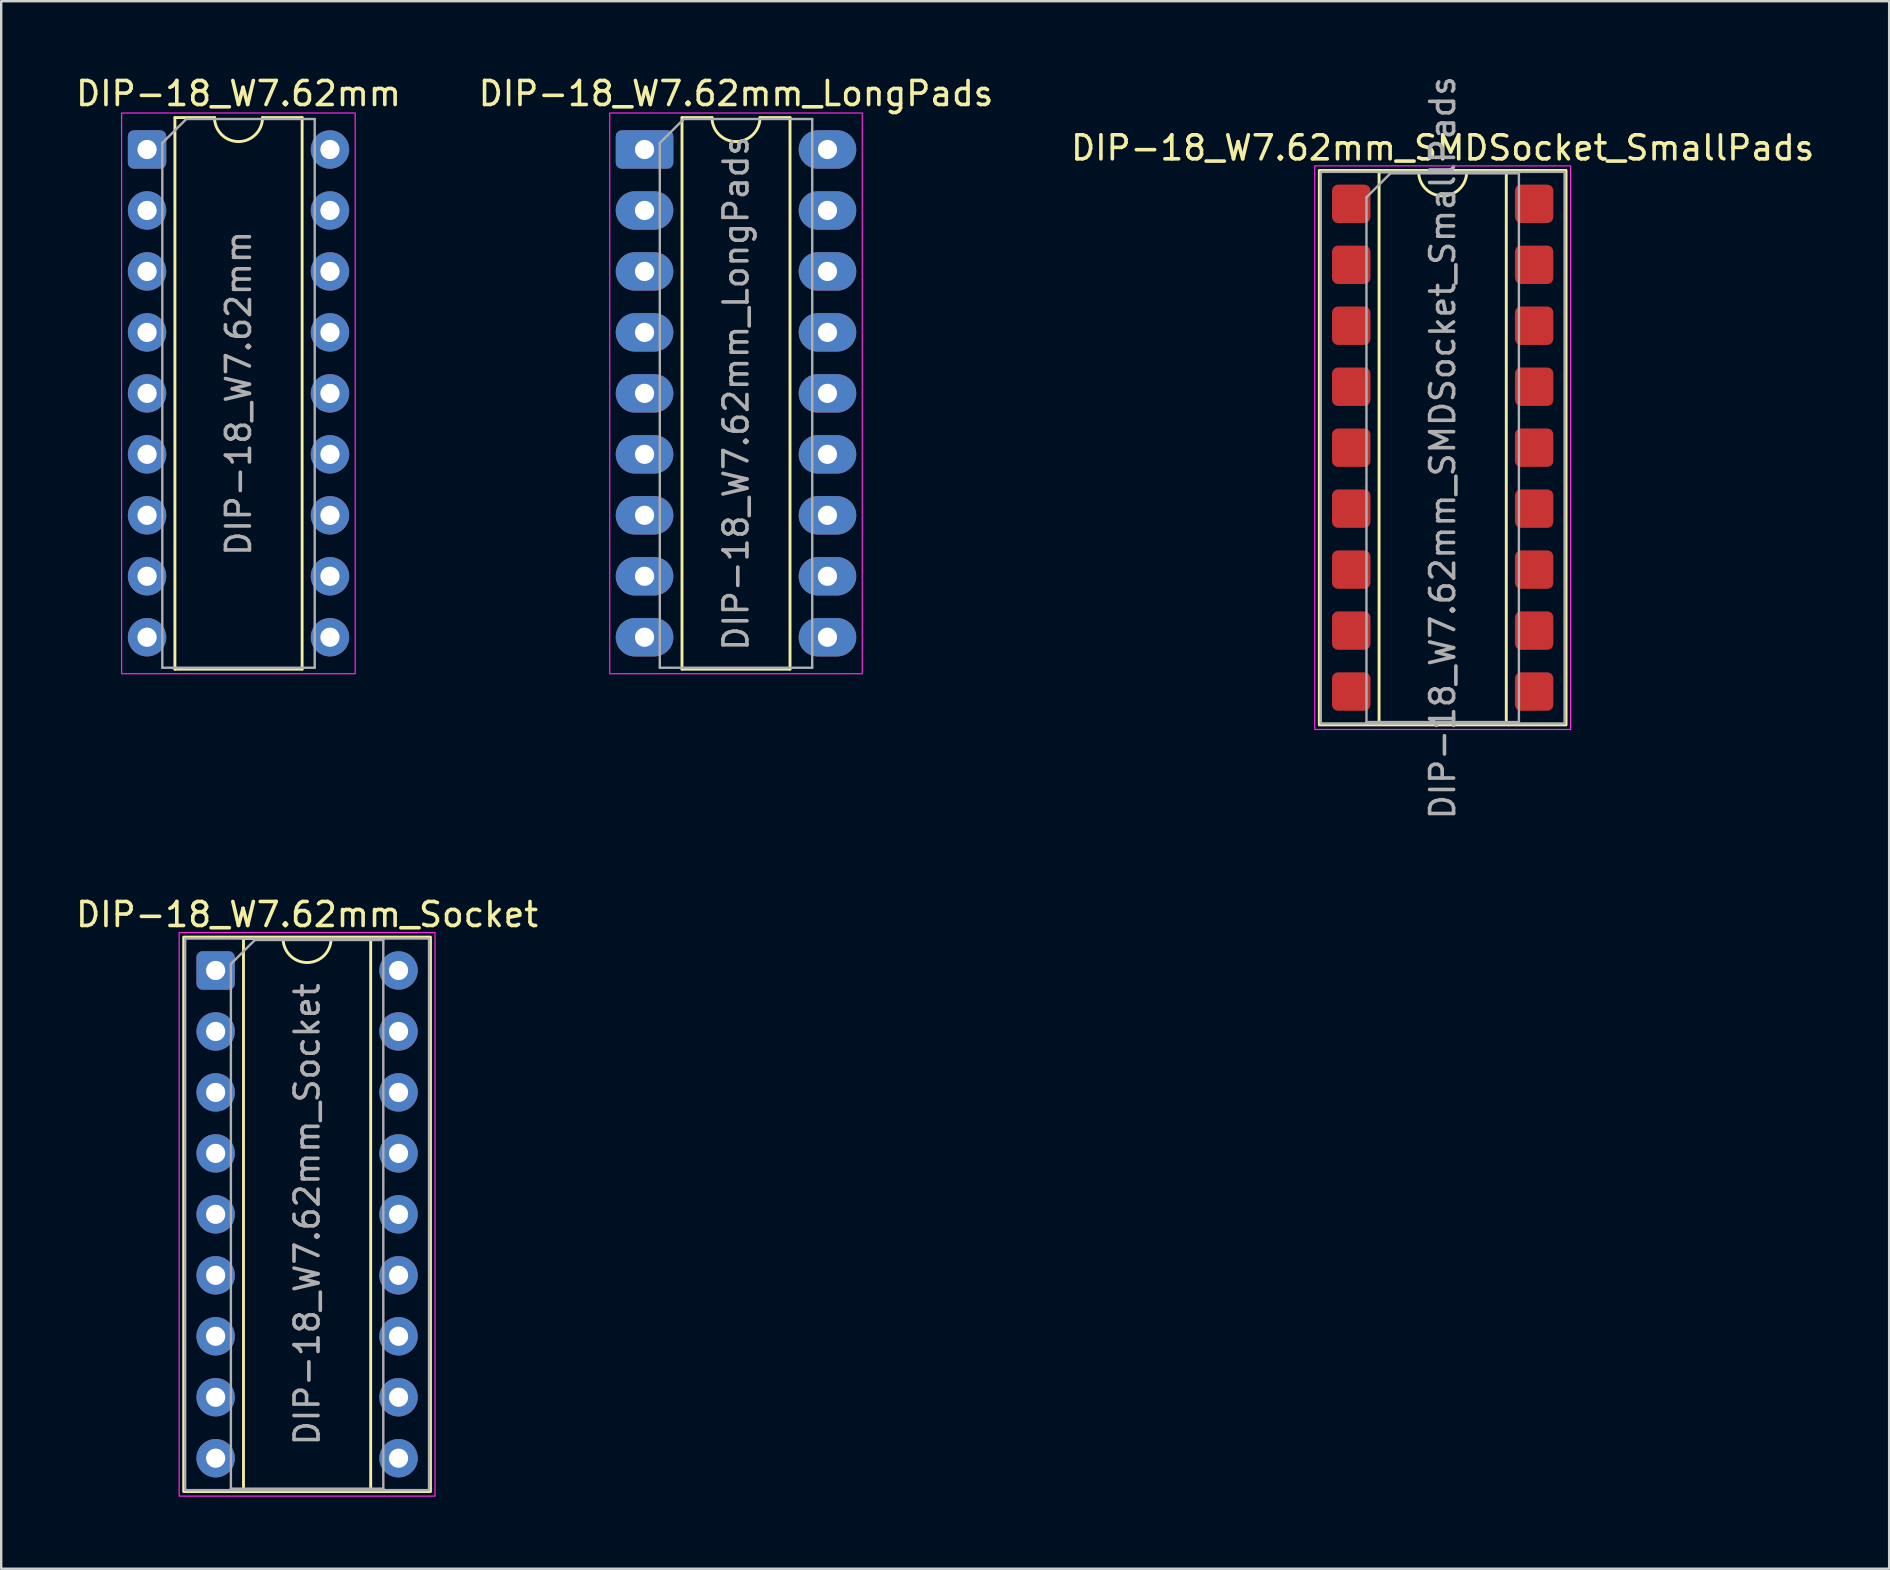
<source format=kicad_pcb>
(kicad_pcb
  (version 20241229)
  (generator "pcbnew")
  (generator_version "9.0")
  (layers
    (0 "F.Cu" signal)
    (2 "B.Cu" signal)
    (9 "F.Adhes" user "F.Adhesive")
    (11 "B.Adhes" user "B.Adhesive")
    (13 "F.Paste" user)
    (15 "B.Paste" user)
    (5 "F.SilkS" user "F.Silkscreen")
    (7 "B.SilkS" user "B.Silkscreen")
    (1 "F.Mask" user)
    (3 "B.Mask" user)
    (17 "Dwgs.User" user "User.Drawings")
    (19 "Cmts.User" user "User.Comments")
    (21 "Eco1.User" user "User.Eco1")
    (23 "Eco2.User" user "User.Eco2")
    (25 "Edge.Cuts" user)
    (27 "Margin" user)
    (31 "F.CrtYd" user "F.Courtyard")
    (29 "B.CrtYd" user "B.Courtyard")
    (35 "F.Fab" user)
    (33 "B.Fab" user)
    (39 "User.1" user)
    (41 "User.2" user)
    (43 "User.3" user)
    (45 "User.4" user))
  (footprint "DIP-18_W7.62mm_SMDSocket_SmallPads"
    (layer "F.Cu")
    (at 57.054 15.601)
    (property "Reference" "DIP-18_W7.62mm_SMDSocket_SmallPads" (at 0 -12.49 0) (layer "F.SilkS") (effects (font (size 1 1) (thickness 0.15))))
    (attr smd)
    (fp_line (start -2.65 -11.49) (end -2.65 11.49) (stroke (width 0.12) (type solid)) (layer "F.SilkS"))
    (fp_line (start -2.65 11.49) (end 2.65 11.49) (stroke (width 0.12) (type solid)) (layer "F.SilkS"))
    (fp_line (start -1 -11.49) (end -2.65 -11.49) (stroke (width 0.12) (type solid)) (layer "F.SilkS"))
    (fp_line (start 2.65 -11.49) (end 1 -11.49) (stroke (width 0.12) (type solid)) (layer "F.SilkS"))
    (fp_line (start 2.65 11.49) (end 2.65 -11.49) (stroke (width 0.12) (type solid)) (layer "F.SilkS"))
    (fp_rect (start -5.14 -11.55) (end 5.14 11.55) (stroke (width 0.12) (type solid)) (fill no) (layer "F.SilkS"))
    (fp_arc (start 1 -11.49) (mid 0 -10.49) (end -1 -11.49) (stroke (width 0.12) (type solid)) (layer "F.SilkS"))
    (fp_rect (start -5.33 -11.74) (end 5.33 11.74) (stroke (width 0.05) (type solid)) (fill no) (layer "F.CrtYd"))
    (fp_line (start -3.175 -10.43) (end -2.175 -11.43) (stroke (width 0.1) (type solid)) (layer "F.Fab"))
    (fp_line (start -3.175 11.43) (end -3.175 -10.43) (stroke (width 0.1) (type solid)) (layer "F.Fab"))
    (fp_line (start -2.175 -11.43) (end 3.175 -11.43) (stroke (width 0.1) (type solid)) (layer "F.Fab"))
    (fp_line (start 3.175 -11.43) (end 3.175 11.43) (stroke (width 0.1) (type solid)) (layer "F.Fab"))
    (fp_line (start 3.175 11.43) (end -3.175 11.43) (stroke (width 0.1) (type solid)) (layer "F.Fab"))
    (fp_rect (start -5.08 -11.49) (end 5.08 11.49) (stroke (width 0.1) (type solid)) (fill no) (layer "F.Fab"))
    (fp_text user "${REFERENCE}" (at 0 0 90) (layer "F.Fab") (effects (font (size 1 1) (thickness 0.15))))
    (pad "1" smd roundrect (at -3.81 -10.16) (size 1.6 1.6) (layers "F.Cu" "F.Mask" "F.Paste") (roundrect_rratio 0.156))
    (pad "2" smd roundrect (at -3.81 -7.62) (size 1.6 1.6) (layers "F.Cu" "F.Mask" "F.Paste") (roundrect_rratio 0.156))
    (pad "3" smd roundrect (at -3.81 -5.08) (size 1.6 1.6) (layers "F.Cu" "F.Mask" "F.Paste") (roundrect_rratio 0.156))
    (pad "4" smd roundrect (at -3.81 -2.54) (size 1.6 1.6) (layers "F.Cu" "F.Mask" "F.Paste") (roundrect_rratio 0.156))
    (pad "5" smd roundrect (at -3.81 0) (size 1.6 1.6) (layers "F.Cu" "F.Mask" "F.Paste") (roundrect_rratio 0.156))
    (pad "6" smd roundrect (at -3.81 2.54) (size 1.6 1.6) (layers "F.Cu" "F.Mask" "F.Paste") (roundrect_rratio 0.156))
    (pad "7" smd roundrect (at -3.81 5.08) (size 1.6 1.6) (layers "F.Cu" "F.Mask" "F.Paste") (roundrect_rratio 0.156))
    (pad "8" smd roundrect (at -3.81 7.62) (size 1.6 1.6) (layers "F.Cu" "F.Mask" "F.Paste") (roundrect_rratio 0.156))
    (pad "9" smd roundrect (at -3.81 10.16) (size 1.6 1.6) (layers "F.Cu" "F.Mask" "F.Paste") (roundrect_rratio 0.156))
    (pad "10" smd roundrect (at 3.81 10.16) (size 1.6 1.6) (layers "F.Cu" "F.Mask" "F.Paste") (roundrect_rratio 0.156))
    (pad "11" smd roundrect (at 3.81 7.62) (size 1.6 1.6) (layers "F.Cu" "F.Mask" "F.Paste") (roundrect_rratio 0.156))
    (pad "12" smd roundrect (at 3.81 5.08) (size 1.6 1.6) (layers "F.Cu" "F.Mask" "F.Paste") (roundrect_rratio 0.156))
    (pad "13" smd roundrect (at 3.81 2.54) (size 1.6 1.6) (layers "F.Cu" "F.Mask" "F.Paste") (roundrect_rratio 0.156))
    (pad "14" smd roundrect (at 3.81 0) (size 1.6 1.6) (layers "F.Cu" "F.Mask" "F.Paste") (roundrect_rratio 0.156))
    (pad "15" smd roundrect (at 3.81 -2.54) (size 1.6 1.6) (layers "F.Cu" "F.Mask" "F.Paste") (roundrect_rratio 0.156))
    (pad "16" smd roundrect (at 3.81 -5.08) (size 1.6 1.6) (layers "F.Cu" "F.Mask" "F.Paste") (roundrect_rratio 0.156))
    (pad "17" smd roundrect (at 3.81 -7.62) (size 1.6 1.6) (layers "F.Cu" "F.Mask" "F.Paste") (roundrect_rratio 0.156))
    (pad "18" smd roundrect (at 3.81 -10.16) (size 1.6 1.6) (layers "F.Cu" "F.Mask" "F.Paste") (roundrect_rratio 0.156)))
  (footprint "DIP-18_W7.62mm"
    (layer "F.Cu")
    (at 3.077 3.178)
    (property "Reference" "DIP-18_W7.62mm" (at 3.81 -2.33 0) (layer "F.SilkS") (effects (font (size 1 1) (thickness 0.15))))
    (attr through_hole)
    (fp_line (start 1.16 -1.33) (end 1.16 21.65) (stroke (width 0.12) (type solid)) (layer "F.SilkS"))
    (fp_line (start 1.16 21.65) (end 6.46 21.65) (stroke (width 0.12) (type solid)) (layer "F.SilkS"))
    (fp_line (start 2.81 -1.33) (end 1.16 -1.33) (stroke (width 0.12) (type solid)) (layer "F.SilkS"))
    (fp_line (start 6.46 -1.33) (end 4.81 -1.33) (stroke (width 0.12) (type solid)) (layer "F.SilkS"))
    (fp_line (start 6.46 21.65) (end 6.46 -1.33) (stroke (width 0.12) (type solid)) (layer "F.SilkS"))
    (fp_arc (start 4.81 -1.33) (mid 3.81 -0.33) (end 2.81 -1.33) (stroke (width 0.12) (type solid)) (layer "F.SilkS"))
    (fp_rect (start -1.06 -1.52) (end 8.67 21.84) (stroke (width 0.05) (type solid)) (fill no) (layer "F.CrtYd"))
    (fp_line (start 0.635 -0.27) (end 1.635 -1.27) (stroke (width 0.1) (type solid)) (layer "F.Fab"))
    (fp_line (start 0.635 21.59) (end 0.635 -0.27) (stroke (width 0.1) (type solid)) (layer "F.Fab"))
    (fp_line (start 1.635 -1.27) (end 6.985 -1.27) (stroke (width 0.1) (type solid)) (layer "F.Fab"))
    (fp_line (start 6.985 -1.27) (end 6.985 21.59) (stroke (width 0.1) (type solid)) (layer "F.Fab"))
    (fp_line (start 6.985 21.59) (end 0.635 21.59) (stroke (width 0.1) (type solid)) (layer "F.Fab"))
    (fp_text user "${REFERENCE}" (at 3.81 10.16 90) (layer "F.Fab") (effects (font (size 1 1) (thickness 0.15))))
    (pad "1" thru_hole roundrect (at 0 0) (size 1.6 1.6) (drill 0.8) (layers "*.Cu" "*.Mask") (roundrect_rratio 0.156))
    (pad "2" thru_hole circle (at 0 2.54) (size 1.6 1.6) (drill 0.8) (layers "*.Cu" "*.Mask"))
    (pad "3" thru_hole circle (at 0 5.08) (size 1.6 1.6) (drill 0.8) (layers "*.Cu" "*.Mask"))
    (pad "4" thru_hole circle (at 0 7.62) (size 1.6 1.6) (drill 0.8) (layers "*.Cu" "*.Mask"))
    (pad "5" thru_hole circle (at 0 10.16) (size 1.6 1.6) (drill 0.8) (layers "*.Cu" "*.Mask"))
    (pad "6" thru_hole circle (at 0 12.7) (size 1.6 1.6) (drill 0.8) (layers "*.Cu" "*.Mask"))
    (pad "7" thru_hole circle (at 0 15.24) (size 1.6 1.6) (drill 0.8) (layers "*.Cu" "*.Mask"))
    (pad "8" thru_hole circle (at 0 17.78) (size 1.6 1.6) (drill 0.8) (layers "*.Cu" "*.Mask"))
    (pad "9" thru_hole circle (at 0 20.32) (size 1.6 1.6) (drill 0.8) (layers "*.Cu" "*.Mask"))
    (pad "10" thru_hole circle (at 7.62 20.32) (size 1.6 1.6) (drill 0.8) (layers "*.Cu" "*.Mask"))
    (pad "11" thru_hole circle (at 7.62 17.78) (size 1.6 1.6) (drill 0.8) (layers "*.Cu" "*.Mask"))
    (pad "12" thru_hole circle (at 7.62 15.24) (size 1.6 1.6) (drill 0.8) (layers "*.Cu" "*.Mask"))
    (pad "13" thru_hole circle (at 7.62 12.7) (size 1.6 1.6) (drill 0.8) (layers "*.Cu" "*.Mask"))
    (pad "14" thru_hole circle (at 7.62 10.16) (size 1.6 1.6) (drill 0.8) (layers "*.Cu" "*.Mask"))
    (pad "15" thru_hole circle (at 7.62 7.62) (size 1.6 1.6) (drill 0.8) (layers "*.Cu" "*.Mask"))
    (pad "16" thru_hole circle (at 7.62 5.08) (size 1.6 1.6) (drill 0.8) (layers "*.Cu" "*.Mask"))
    (pad "17" thru_hole circle (at 7.62 2.54) (size 1.6 1.6) (drill 0.8) (layers "*.Cu" "*.Mask"))
    (pad "18" thru_hole circle (at 7.62 0) (size 1.6 1.6) (drill 0.8) (layers "*.Cu" "*.Mask")))
  (footprint "DIP-18_W7.62mm_LongPads"
    (layer "F.Cu")
    (at 23.803 3.178)
    (property "Reference" "DIP-18_W7.62mm_LongPads" (at 3.81 -2.33 0) (layer "F.SilkS") (effects (font (size 1 1) (thickness 0.15))))
    (attr through_hole)
    (fp_line (start 1.56 -1.33) (end 1.56 21.65) (stroke (width 0.12) (type solid)) (layer "F.SilkS"))
    (fp_line (start 1.56 21.65) (end 6.06 21.65) (stroke (width 0.12) (type solid)) (layer "F.SilkS"))
    (fp_line (start 2.81 -1.33) (end 1.56 -1.33) (stroke (width 0.12) (type solid)) (layer "F.SilkS"))
    (fp_line (start 6.06 -1.33) (end 4.81 -1.33) (stroke (width 0.12) (type solid)) (layer "F.SilkS"))
    (fp_line (start 6.06 21.65) (end 6.06 -1.33) (stroke (width 0.12) (type solid)) (layer "F.SilkS"))
    (fp_arc (start 4.81 -1.33) (mid 3.81 -0.33) (end 2.81 -1.33) (stroke (width 0.12) (type solid)) (layer "F.SilkS"))
    (fp_rect (start -1.45 -1.52) (end 9.07 21.84) (stroke (width 0.05) (type solid)) (fill no) (layer "F.CrtYd"))
    (fp_line (start 0.635 -0.27) (end 1.635 -1.27) (stroke (width 0.1) (type solid)) (layer "F.Fab"))
    (fp_line (start 0.635 21.59) (end 0.635 -0.27) (stroke (width 0.1) (type solid)) (layer "F.Fab"))
    (fp_line (start 1.635 -1.27) (end 6.985 -1.27) (stroke (width 0.1) (type solid)) (layer "F.Fab"))
    (fp_line (start 6.985 -1.27) (end 6.985 21.59) (stroke (width 0.1) (type solid)) (layer "F.Fab"))
    (fp_line (start 6.985 21.59) (end 0.635 21.59) (stroke (width 0.1) (type solid)) (layer "F.Fab"))
    (fp_text user "${REFERENCE}" (at 3.81 10.16 90) (layer "F.Fab") (effects (font (size 1 1) (thickness 0.15))))
    (pad "1" thru_hole roundrect (at 0 0) (size 2.4 1.6) (drill 0.8) (layers "*.Cu" "*.Mask") (roundrect_rratio 0.156))
    (pad "2" thru_hole oval (at 0 2.54) (size 2.4 1.6) (drill 0.8) (layers "*.Cu" "*.Mask"))
    (pad "3" thru_hole oval (at 0 5.08) (size 2.4 1.6) (drill 0.8) (layers "*.Cu" "*.Mask"))
    (pad "4" thru_hole oval (at 0 7.62) (size 2.4 1.6) (drill 0.8) (layers "*.Cu" "*.Mask"))
    (pad "5" thru_hole oval (at 0 10.16) (size 2.4 1.6) (drill 0.8) (layers "*.Cu" "*.Mask"))
    (pad "6" thru_hole oval (at 0 12.7) (size 2.4 1.6) (drill 0.8) (layers "*.Cu" "*.Mask"))
    (pad "7" thru_hole oval (at 0 15.24) (size 2.4 1.6) (drill 0.8) (layers "*.Cu" "*.Mask"))
    (pad "8" thru_hole oval (at 0 17.78) (size 2.4 1.6) (drill 0.8) (layers "*.Cu" "*.Mask"))
    (pad "9" thru_hole oval (at 0 20.32) (size 2.4 1.6) (drill 0.8) (layers "*.Cu" "*.Mask"))
    (pad "10" thru_hole oval (at 7.62 20.32) (size 2.4 1.6) (drill 0.8) (layers "*.Cu" "*.Mask"))
    (pad "11" thru_hole oval (at 7.62 17.78) (size 2.4 1.6) (drill 0.8) (layers "*.Cu" "*.Mask"))
    (pad "12" thru_hole oval (at 7.62 15.24) (size 2.4 1.6) (drill 0.8) (layers "*.Cu" "*.Mask"))
    (pad "13" thru_hole oval (at 7.62 12.7) (size 2.4 1.6) (drill 0.8) (layers "*.Cu" "*.Mask"))
    (pad "14" thru_hole oval (at 7.62 10.16) (size 2.4 1.6) (drill 0.8) (layers "*.Cu" "*.Mask"))
    (pad "15" thru_hole oval (at 7.62 7.62) (size 2.4 1.6) (drill 0.8) (layers "*.Cu" "*.Mask"))
    (pad "16" thru_hole oval (at 7.62 5.08) (size 2.4 1.6) (drill 0.8) (layers "*.Cu" "*.Mask"))
    (pad "17" thru_hole oval (at 7.62 2.54) (size 2.4 1.6) (drill 0.8) (layers "*.Cu" "*.Mask"))
    (pad "18" thru_hole oval (at 7.62 0) (size 2.4 1.6) (drill 0.8) (layers "*.Cu" "*.Mask")))
  (footprint "DIP-18_W7.62mm_Socket"
    (layer "F.Cu")
    (at 5.934 37.381)
    (property "Reference" "DIP-18_W7.62mm_Socket" (at 3.81 -2.33 0) (layer "F.SilkS") (effects (font (size 1 1) (thickness 0.15))))
    (attr through_hole)
    (fp_line (start 1.16 -1.33) (end 1.16 21.65) (stroke (width 0.12) (type solid)) (layer "F.SilkS"))
    (fp_line (start 1.16 21.65) (end 6.46 21.65) (stroke (width 0.12) (type solid)) (layer "F.SilkS"))
    (fp_line (start 2.81 -1.33) (end 1.16 -1.33) (stroke (width 0.12) (type solid)) (layer "F.SilkS"))
    (fp_line (start 6.46 -1.33) (end 4.81 -1.33) (stroke (width 0.12) (type solid)) (layer "F.SilkS"))
    (fp_line (start 6.46 21.65) (end 6.46 -1.33) (stroke (width 0.12) (type solid)) (layer "F.SilkS"))
    (fp_rect (start -1.33 -1.39) (end 8.95 21.71) (stroke (width 0.12) (type solid)) (fill no) (layer "F.SilkS"))
    (fp_arc (start 4.81 -1.33) (mid 3.81 -0.33) (end 2.81 -1.33) (stroke (width 0.12) (type solid)) (layer "F.SilkS"))
    (fp_rect (start -1.52 -1.58) (end 9.14 21.9) (stroke (width 0.05) (type solid)) (fill no) (layer "F.CrtYd"))
    (fp_line (start 0.635 -0.27) (end 1.635 -1.27) (stroke (width 0.1) (type solid)) (layer "F.Fab"))
    (fp_line (start 0.635 21.59) (end 0.635 -0.27) (stroke (width 0.1) (type solid)) (layer "F.Fab"))
    (fp_line (start 1.635 -1.27) (end 6.985 -1.27) (stroke (width 0.1) (type solid)) (layer "F.Fab"))
    (fp_line (start 6.985 -1.27) (end 6.985 21.59) (stroke (width 0.1) (type solid)) (layer "F.Fab"))
    (fp_line (start 6.985 21.59) (end 0.635 21.59) (stroke (width 0.1) (type solid)) (layer "F.Fab"))
    (fp_rect (start -1.27 -1.33) (end 8.89 21.65) (stroke (width 0.1) (type solid)) (fill no) (layer "F.Fab"))
    (fp_text user "${REFERENCE}" (at 3.81 10.16 90) (layer "F.Fab") (effects (font (size 1 1) (thickness 0.15))))
    (pad "1" thru_hole roundrect (at 0 0) (size 1.6 1.6) (drill 0.8) (layers "*.Cu" "*.Mask") (roundrect_rratio 0.156))
    (pad "2" thru_hole circle (at 0 2.54) (size 1.6 1.6) (drill 0.8) (layers "*.Cu" "*.Mask"))
    (pad "3" thru_hole circle (at 0 5.08) (size 1.6 1.6) (drill 0.8) (layers "*.Cu" "*.Mask"))
    (pad "4" thru_hole circle (at 0 7.62) (size 1.6 1.6) (drill 0.8) (layers "*.Cu" "*.Mask"))
    (pad "5" thru_hole circle (at 0 10.16) (size 1.6 1.6) (drill 0.8) (layers "*.Cu" "*.Mask"))
    (pad "6" thru_hole circle (at 0 12.7) (size 1.6 1.6) (drill 0.8) (layers "*.Cu" "*.Mask"))
    (pad "7" thru_hole circle (at 0 15.24) (size 1.6 1.6) (drill 0.8) (layers "*.Cu" "*.Mask"))
    (pad "8" thru_hole circle (at 0 17.78) (size 1.6 1.6) (drill 0.8) (layers "*.Cu" "*.Mask"))
    (pad "9" thru_hole circle (at 0 20.32) (size 1.6 1.6) (drill 0.8) (layers "*.Cu" "*.Mask"))
    (pad "10" thru_hole circle (at 7.62 20.32) (size 1.6 1.6) (drill 0.8) (layers "*.Cu" "*.Mask"))
    (pad "11" thru_hole circle (at 7.62 17.78) (size 1.6 1.6) (drill 0.8) (layers "*.Cu" "*.Mask"))
    (pad "12" thru_hole circle (at 7.62 15.24) (size 1.6 1.6) (drill 0.8) (layers "*.Cu" "*.Mask"))
    (pad "13" thru_hole circle (at 7.62 12.7) (size 1.6 1.6) (drill 0.8) (layers "*.Cu" "*.Mask"))
    (pad "14" thru_hole circle (at 7.62 10.16) (size 1.6 1.6) (drill 0.8) (layers "*.Cu" "*.Mask"))
    (pad "15" thru_hole circle (at 7.62 7.62) (size 1.6 1.6) (drill 0.8) (layers "*.Cu" "*.Mask"))
    (pad "16" thru_hole circle (at 7.62 5.08) (size 1.6 1.6) (drill 0.8) (layers "*.Cu" "*.Mask"))
    (pad "17" thru_hole circle (at 7.62 2.54) (size 1.6 1.6) (drill 0.8) (layers "*.Cu" "*.Mask"))
    (pad "18" thru_hole circle (at 7.62 0) (size 1.6 1.6) (drill 0.8) (layers "*.Cu" "*.Mask")))
  (gr_rect
    (start -3 -3)
    (end 75.655 62.306)
    (stroke (width 0.1) (type default))
    (fill no)
    (layer "Edge.Cuts")))
</source>
